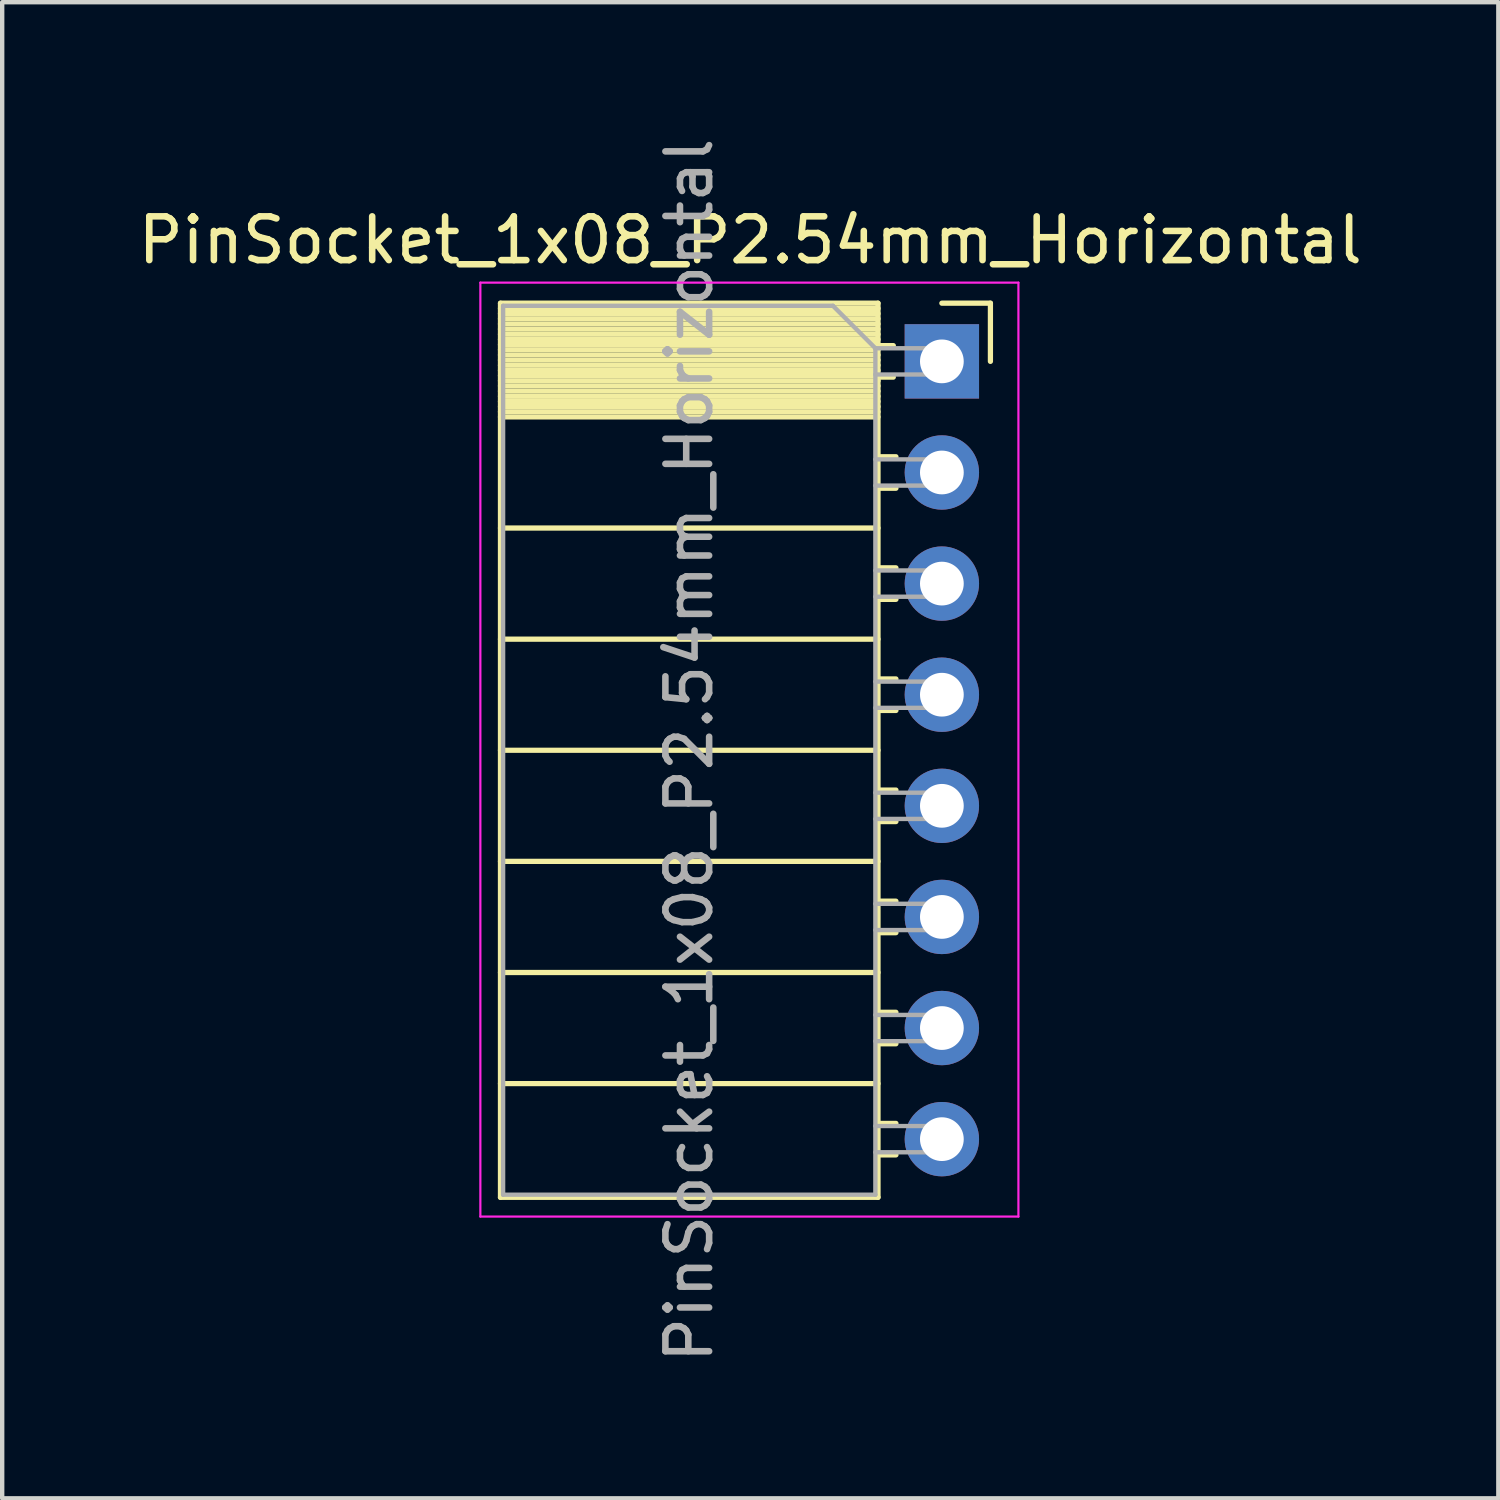
<source format=kicad_pcb>
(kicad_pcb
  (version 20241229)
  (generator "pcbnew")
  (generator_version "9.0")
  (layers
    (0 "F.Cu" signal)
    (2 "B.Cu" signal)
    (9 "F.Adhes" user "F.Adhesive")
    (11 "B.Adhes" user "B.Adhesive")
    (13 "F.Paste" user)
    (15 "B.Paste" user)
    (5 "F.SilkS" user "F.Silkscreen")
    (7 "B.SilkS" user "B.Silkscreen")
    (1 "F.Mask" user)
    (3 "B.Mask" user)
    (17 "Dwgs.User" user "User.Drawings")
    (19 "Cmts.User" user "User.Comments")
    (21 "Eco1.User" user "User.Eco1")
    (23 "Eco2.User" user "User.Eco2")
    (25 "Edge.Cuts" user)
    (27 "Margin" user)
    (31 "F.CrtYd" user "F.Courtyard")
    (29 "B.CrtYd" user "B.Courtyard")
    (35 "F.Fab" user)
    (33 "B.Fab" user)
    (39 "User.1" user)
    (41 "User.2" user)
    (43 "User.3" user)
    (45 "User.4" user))
  (footprint "PinSocket_1x08_P2.54mm_Horizontal"
    (layer "F.Cu")
    (at 18.481 5.211)
    (property "Reference" "PinSocket_1x08_P2.54mm_Horizontal" (at -4.38 -2.77 0) (layer "F.SilkS") (effects (font (size 1 1) (thickness 0.15))))
    (attr through_hole)
    (fp_line (start -10.09 -1.33) (end -10.09 19.11) (stroke (width 0.12) (type solid)) (layer "F.SilkS"))
    (fp_line (start -10.09 -1.33) (end -1.46 -1.33) (stroke (width 0.12) (type solid)) (layer "F.SilkS"))
    (fp_line (start -10.09 -1.21) (end -1.46 -1.21) (stroke (width 0.12) (type solid)) (layer "F.SilkS"))
    (fp_line (start -10.09 -1.092) (end -1.46 -1.092) (stroke (width 0.12) (type solid)) (layer "F.SilkS"))
    (fp_line (start -10.09 -0.974) (end -1.46 -0.974) (stroke (width 0.12) (type solid)) (layer "F.SilkS"))
    (fp_line (start -10.09 -0.856) (end -1.46 -0.856) (stroke (width 0.12) (type solid)) (layer "F.SilkS"))
    (fp_line (start -10.09 -0.738) (end -1.46 -0.738) (stroke (width 0.12) (type solid)) (layer "F.SilkS"))
    (fp_line (start -10.09 -0.62) (end -1.46 -0.62) (stroke (width 0.12) (type solid)) (layer "F.SilkS"))
    (fp_line (start -10.09 -0.501) (end -1.46 -0.501) (stroke (width 0.12) (type solid)) (layer "F.SilkS"))
    (fp_line (start -10.09 -0.383) (end -1.46 -0.383) (stroke (width 0.12) (type solid)) (layer "F.SilkS"))
    (fp_line (start -10.09 -0.265) (end -1.46 -0.265) (stroke (width 0.12) (type solid)) (layer "F.SilkS"))
    (fp_line (start -10.09 -0.147) (end -1.46 -0.147) (stroke (width 0.12) (type solid)) (layer "F.SilkS"))
    (fp_line (start -10.09 -0.029) (end -1.46 -0.029) (stroke (width 0.12) (type solid)) (layer "F.SilkS"))
    (fp_line (start -10.09 0.089) (end -1.46 0.089) (stroke (width 0.12) (type solid)) (layer "F.SilkS"))
    (fp_line (start -10.09 0.207) (end -1.46 0.207) (stroke (width 0.12) (type solid)) (layer "F.SilkS"))
    (fp_line (start -10.09 0.325) (end -1.46 0.325) (stroke (width 0.12) (type solid)) (layer "F.SilkS"))
    (fp_line (start -10.09 0.443) (end -1.46 0.443) (stroke (width 0.12) (type solid)) (layer "F.SilkS"))
    (fp_line (start -10.09 0.561) (end -1.46 0.561) (stroke (width 0.12) (type solid)) (layer "F.SilkS"))
    (fp_line (start -10.09 0.68) (end -1.46 0.68) (stroke (width 0.12) (type solid)) (layer "F.SilkS"))
    (fp_line (start -10.09 0.798) (end -1.46 0.798) (stroke (width 0.12) (type solid)) (layer "F.SilkS"))
    (fp_line (start -10.09 0.916) (end -1.46 0.916) (stroke (width 0.12) (type solid)) (layer "F.SilkS"))
    (fp_line (start -10.09 1.034) (end -1.46 1.034) (stroke (width 0.12) (type solid)) (layer "F.SilkS"))
    (fp_line (start -10.09 1.152) (end -1.46 1.152) (stroke (width 0.12) (type solid)) (layer "F.SilkS"))
    (fp_line (start -10.09 1.27) (end -1.46 1.27) (stroke (width 0.12) (type solid)) (layer "F.SilkS"))
    (fp_line (start -10.09 3.81) (end -1.46 3.81) (stroke (width 0.12) (type solid)) (layer "F.SilkS"))
    (fp_line (start -10.09 6.35) (end -1.46 6.35) (stroke (width 0.12) (type solid)) (layer "F.SilkS"))
    (fp_line (start -10.09 8.89) (end -1.46 8.89) (stroke (width 0.12) (type solid)) (layer "F.SilkS"))
    (fp_line (start -10.09 11.43) (end -1.46 11.43) (stroke (width 0.12) (type solid)) (layer "F.SilkS"))
    (fp_line (start -10.09 13.97) (end -1.46 13.97) (stroke (width 0.12) (type solid)) (layer "F.SilkS"))
    (fp_line (start -10.09 16.51) (end -1.46 16.51) (stroke (width 0.12) (type solid)) (layer "F.SilkS"))
    (fp_line (start -10.09 19.11) (end -1.46 19.11) (stroke (width 0.12) (type solid)) (layer "F.SilkS"))
    (fp_line (start -1.46 -1.33) (end -1.46 19.11) (stroke (width 0.12) (type solid)) (layer "F.SilkS"))
    (fp_line (start -1.46 -0.36) (end -1.11 -0.36) (stroke (width 0.12) (type solid)) (layer "F.SilkS"))
    (fp_line (start -1.46 0.36) (end -1.11 0.36) (stroke (width 0.12) (type solid)) (layer "F.SilkS"))
    (fp_line (start -1.46 2.18) (end -1.05 2.18) (stroke (width 0.12) (type solid)) (layer "F.SilkS"))
    (fp_line (start -1.46 2.9) (end -1.05 2.9) (stroke (width 0.12) (type solid)) (layer "F.SilkS"))
    (fp_line (start -1.46 4.72) (end -1.05 4.72) (stroke (width 0.12) (type solid)) (layer "F.SilkS"))
    (fp_line (start -1.46 5.44) (end -1.05 5.44) (stroke (width 0.12) (type solid)) (layer "F.SilkS"))
    (fp_line (start -1.46 7.26) (end -1.05 7.26) (stroke (width 0.12) (type solid)) (layer "F.SilkS"))
    (fp_line (start -1.46 7.98) (end -1.05 7.98) (stroke (width 0.12) (type solid)) (layer "F.SilkS"))
    (fp_line (start -1.46 9.8) (end -1.05 9.8) (stroke (width 0.12) (type solid)) (layer "F.SilkS"))
    (fp_line (start -1.46 10.52) (end -1.05 10.52) (stroke (width 0.12) (type solid)) (layer "F.SilkS"))
    (fp_line (start -1.46 12.34) (end -1.05 12.34) (stroke (width 0.12) (type solid)) (layer "F.SilkS"))
    (fp_line (start -1.46 13.06) (end -1.05 13.06) (stroke (width 0.12) (type solid)) (layer "F.SilkS"))
    (fp_line (start -1.46 14.88) (end -1.05 14.88) (stroke (width 0.12) (type solid)) (layer "F.SilkS"))
    (fp_line (start -1.46 15.6) (end -1.05 15.6) (stroke (width 0.12) (type solid)) (layer "F.SilkS"))
    (fp_line (start -1.46 17.42) (end -1.05 17.42) (stroke (width 0.12) (type solid)) (layer "F.SilkS"))
    (fp_line (start -1.46 18.14) (end -1.05 18.14) (stroke (width 0.12) (type solid)) (layer "F.SilkS"))
    (fp_line (start 0 -1.33) (end 1.11 -1.33) (stroke (width 0.12) (type solid)) (layer "F.SilkS"))
    (fp_line (start 1.11 -1.33) (end 1.11 0) (stroke (width 0.12) (type solid)) (layer "F.SilkS"))
    (fp_line (start -10.55 -1.8) (end -10.55 19.55) (stroke (width 0.05) (type solid)) (layer "F.CrtYd"))
    (fp_line (start -10.55 19.55) (end 1.75 19.55) (stroke (width 0.05) (type solid)) (layer "F.CrtYd"))
    (fp_line (start 1.75 -1.8) (end -10.55 -1.8) (stroke (width 0.05) (type solid)) (layer "F.CrtYd"))
    (fp_line (start 1.75 19.55) (end 1.75 -1.8) (stroke (width 0.05) (type solid)) (layer "F.CrtYd"))
    (fp_line (start -10.03 -1.27) (end -2.49 -1.27) (stroke (width 0.1) (type solid)) (layer "F.Fab"))
    (fp_line (start -10.03 19.05) (end -10.03 -1.27) (stroke (width 0.1) (type solid)) (layer "F.Fab"))
    (fp_line (start -2.49 -1.27) (end -1.52 -0.3) (stroke (width 0.1) (type solid)) (layer "F.Fab"))
    (fp_line (start -1.52 -0.3) (end -1.52 19.05) (stroke (width 0.1) (type solid)) (layer "F.Fab"))
    (fp_line (start -1.52 0.3) (end 0 0.3) (stroke (width 0.1) (type solid)) (layer "F.Fab"))
    (fp_line (start -1.52 2.84) (end 0 2.84) (stroke (width 0.1) (type solid)) (layer "F.Fab"))
    (fp_line (start -1.52 5.38) (end 0 5.38) (stroke (width 0.1) (type solid)) (layer "F.Fab"))
    (fp_line (start -1.52 7.92) (end 0 7.92) (stroke (width 0.1) (type solid)) (layer "F.Fab"))
    (fp_line (start -1.52 10.46) (end 0 10.46) (stroke (width 0.1) (type solid)) (layer "F.Fab"))
    (fp_line (start -1.52 13) (end 0 13) (stroke (width 0.1) (type solid)) (layer "F.Fab"))
    (fp_line (start -1.52 15.54) (end 0 15.54) (stroke (width 0.1) (type solid)) (layer "F.Fab"))
    (fp_line (start -1.52 18.08) (end 0 18.08) (stroke (width 0.1) (type solid)) (layer "F.Fab"))
    (fp_line (start -1.52 19.05) (end -10.03 19.05) (stroke (width 0.1) (type solid)) (layer "F.Fab"))
    (fp_line (start 0 -0.3) (end -1.52 -0.3) (stroke (width 0.1) (type solid)) (layer "F.Fab"))
    (fp_line (start 0 0.3) (end 0 -0.3) (stroke (width 0.1) (type solid)) (layer "F.Fab"))
    (fp_line (start 0 2.24) (end -1.52 2.24) (stroke (width 0.1) (type solid)) (layer "F.Fab"))
    (fp_line (start 0 2.84) (end 0 2.24) (stroke (width 0.1) (type solid)) (layer "F.Fab"))
    (fp_line (start 0 4.78) (end -1.52 4.78) (stroke (width 0.1) (type solid)) (layer "F.Fab"))
    (fp_line (start 0 5.38) (end 0 4.78) (stroke (width 0.1) (type solid)) (layer "F.Fab"))
    (fp_line (start 0 7.32) (end -1.52 7.32) (stroke (width 0.1) (type solid)) (layer "F.Fab"))
    (fp_line (start 0 7.92) (end 0 7.32) (stroke (width 0.1) (type solid)) (layer "F.Fab"))
    (fp_line (start 0 9.86) (end -1.52 9.86) (stroke (width 0.1) (type solid)) (layer "F.Fab"))
    (fp_line (start 0 10.46) (end 0 9.86) (stroke (width 0.1) (type solid)) (layer "F.Fab"))
    (fp_line (start 0 12.4) (end -1.52 12.4) (stroke (width 0.1) (type solid)) (layer "F.Fab"))
    (fp_line (start 0 13) (end 0 12.4) (stroke (width 0.1) (type solid)) (layer "F.Fab"))
    (fp_line (start 0 14.94) (end -1.52 14.94) (stroke (width 0.1) (type solid)) (layer "F.Fab"))
    (fp_line (start 0 15.54) (end 0 14.94) (stroke (width 0.1) (type solid)) (layer "F.Fab"))
    (fp_line (start 0 17.48) (end -1.52 17.48) (stroke (width 0.1) (type solid)) (layer "F.Fab"))
    (fp_line (start 0 18.08) (end 0 17.48) (stroke (width 0.1) (type solid)) (layer "F.Fab"))
    (fp_text user "${REFERENCE}" (at -5.775 8.89 90) (layer "F.Fab") (effects (font (size 1 1) (thickness 0.15))))
    (pad "1" thru_hole rect (at 0 0) (size 1.7 1.7) (drill 1) (layers "*.Cu" "*.Mask"))
    (pad "2" thru_hole oval (at 0 2.54) (size 1.7 1.7) (drill 1) (layers "*.Cu" "*.Mask"))
    (pad "3" thru_hole oval (at 0 5.08) (size 1.7 1.7) (drill 1) (layers "*.Cu" "*.Mask"))
    (pad "4" thru_hole oval (at 0 7.62) (size 1.7 1.7) (drill 1) (layers "*.Cu" "*.Mask"))
    (pad "5" thru_hole oval (at 0 10.16) (size 1.7 1.7) (drill 1) (layers "*.Cu" "*.Mask"))
    (pad "6" thru_hole oval (at 0 12.7) (size 1.7 1.7) (drill 1) (layers "*.Cu" "*.Mask"))
    (pad "7" thru_hole oval (at 0 15.24) (size 1.7 1.7) (drill 1) (layers "*.Cu" "*.Mask"))
    (pad "8" thru_hole oval (at 0 17.78) (size 1.7 1.7) (drill 1) (layers "*.Cu" "*.Mask")))
  (gr_rect
    (start -3 -3)
    (end 31.202 31.202)
    (stroke (width 0.1) (type default))
    (fill no)
    (layer "Edge.Cuts")))
</source>
